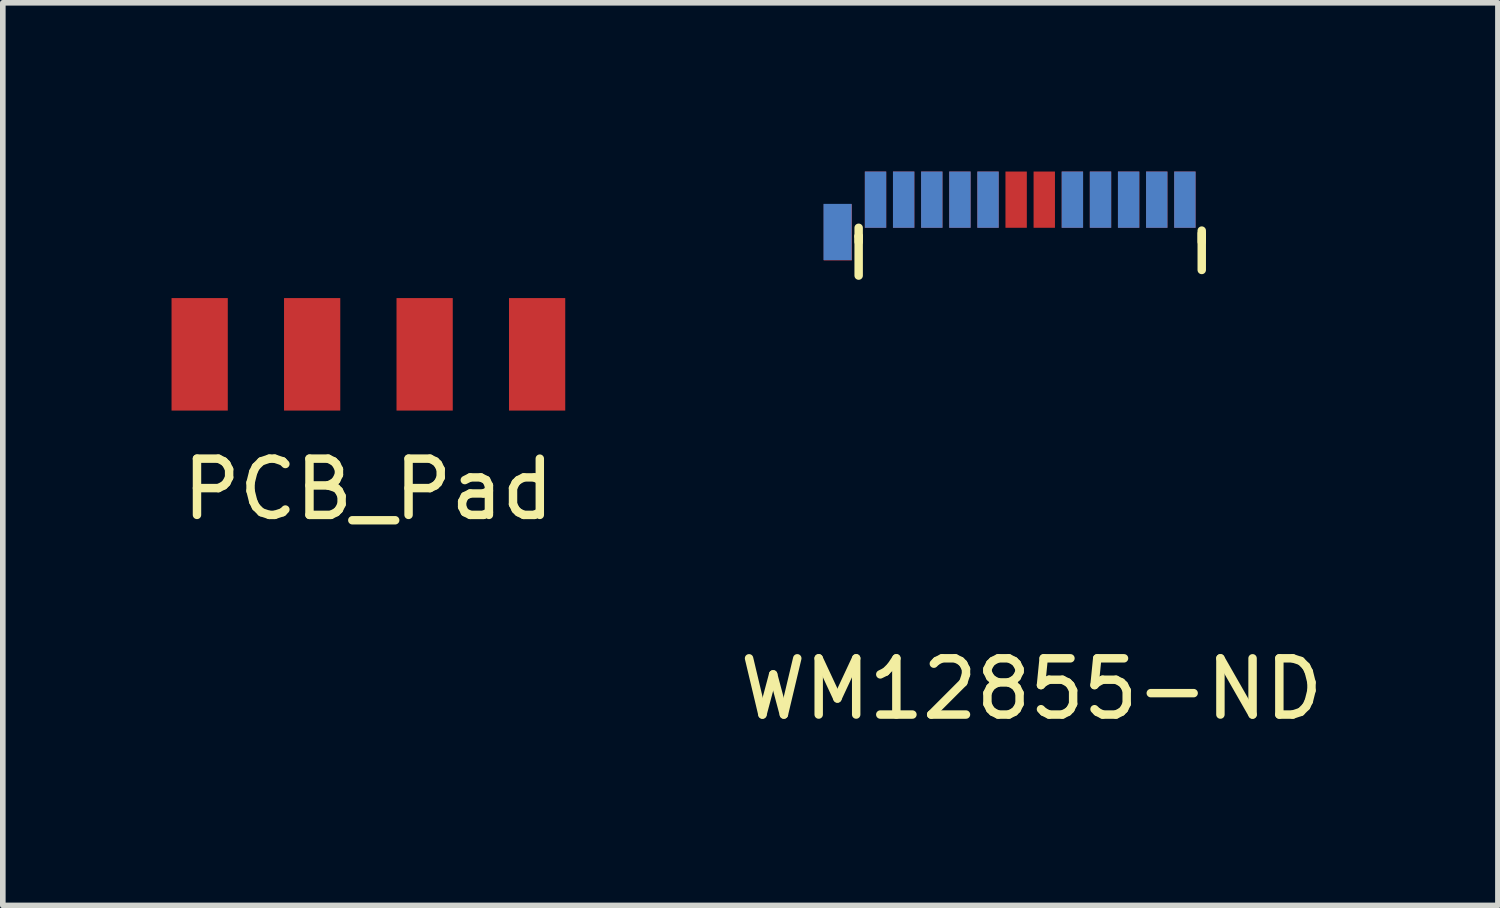
<source format=kicad_pcb>
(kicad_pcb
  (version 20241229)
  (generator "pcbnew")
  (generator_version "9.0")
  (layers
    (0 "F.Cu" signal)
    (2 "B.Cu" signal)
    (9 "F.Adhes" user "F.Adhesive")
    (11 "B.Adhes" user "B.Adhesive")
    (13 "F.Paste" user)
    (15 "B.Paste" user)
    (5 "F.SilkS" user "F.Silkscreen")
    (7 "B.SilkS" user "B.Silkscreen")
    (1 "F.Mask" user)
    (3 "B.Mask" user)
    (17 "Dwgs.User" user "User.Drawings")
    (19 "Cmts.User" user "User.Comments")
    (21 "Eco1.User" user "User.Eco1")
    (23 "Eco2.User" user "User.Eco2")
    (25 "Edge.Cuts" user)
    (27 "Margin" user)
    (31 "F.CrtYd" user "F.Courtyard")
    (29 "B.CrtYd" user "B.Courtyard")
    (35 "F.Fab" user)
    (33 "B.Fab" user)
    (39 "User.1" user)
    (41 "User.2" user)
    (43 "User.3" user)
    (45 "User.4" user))
  (footprint "PCB_Pad"
    (layer "F.Cu")
    (at 3.5 0.25)
    (property "Reference" "PCB_Pad" (at 0 5.4 0) (layer "F.SilkS") (effects (font (size 1 1) (thickness 0.15))))
    (attr through_hole)
    (pad "D+" smd rect (at 1 3) (size 1 2) (layers "F.Cu" "F.Mask" "F.Paste"))
    (pad "D-" smd rect (at -1 3) (size 1 2) (layers "F.Cu" "F.Mask" "F.Paste"))
    (pad "GND" smd rect (at -3 3) (size 1 2) (layers "F.Cu" "F.Mask" "F.Paste"))
    (pad "Vbus" smd rect (at 3 3) (size 1 2) (layers "F.Cu" "F.Mask" "F.Paste")))
  (footprint "WM12855-ND"
    (layer "F.Cu")
    (at 15.267 3)
    (property "Reference" "WM12855-ND" (at 0.025 6.2 0) (layer "F.SilkS") (effects (font (size 1 1) (thickness 0.15))))
    (attr through_hole)
    (fp_line (start -3.05 -2) (end -3.05 -1.85) (stroke (width 0.15) (type solid)) (layer "F.SilkS"))
    (fp_line (start -3.05 -1.85) (end -3.05 -1.75) (stroke (width 0.15) (type solid)) (layer "F.SilkS"))
    (fp_line (start -3.05 -1.85) (end -3.05 -1.15) (stroke (width 0.15) (type solid)) (layer "F.SilkS"))
    (fp_line (start 3.05 -1.95) (end 3.05 -1.75) (stroke (width 0.15) (type solid)) (layer "F.SilkS"))
    (fp_line (start 3.05 -1.9) (end 3.05 -1.25) (stroke (width 0.15) (type solid)) (layer "F.SilkS"))
    (pad "A1" smd rect (at 2.75 -2.5) (size 0.38 1) (layers "F.Cu" "F.Mask" "F.Paste"))
    (pad "A2" smd rect (at 2.25 -2.5) (size 0.38 1) (layers "F.Cu" "F.Mask" "F.Paste"))
    (pad "A3" smd rect (at 1.75 -2.5) (size 0.38 1) (layers "F.Cu" "F.Mask" "F.Paste"))
    (pad "A4" smd rect (at 1.25 -2.5) (size 0.38 1) (layers "F.Cu" "F.Mask" "F.Paste"))
    (pad "A5" smd rect (at 0.75 -2.5) (size 0.38 1) (layers "F.Cu" "F.Mask" "F.Paste"))
    (pad "A6" smd rect (at 0.25 -2.5) (size 0.38 1) (layers "F.Cu" "F.Mask" "F.Paste"))
    (pad "A7" smd rect (at -0.25 -2.5) (size 0.38 1) (layers "F.Cu" "F.Mask" "F.Paste"))
    (pad "A8" smd rect (at -0.75 -2.5) (size 0.38 1) (layers "F.Cu" "F.Mask" "F.Paste"))
    (pad "A9" smd rect (at -1.25 -2.5) (size 0.38 1) (layers "F.Cu" "F.Mask" "F.Paste"))
    (pad "A10" smd rect (at -1.75 -2.5) (size 0.38 1) (layers "F.Cu" "F.Mask" "F.Paste"))
    (pad "A11" smd rect (at -2.25 -2.5) (size 0.38 1) (layers "F.Cu" "F.Mask" "F.Paste"))
    (pad "A12" smd rect (at -2.75 -2.5) (size 0.38 1) (layers "F.Cu" "F.Mask" "F.Paste"))
    (pad "B1" smd rect (at -2.75 -2.5) (size 0.38 1) (layers "B.Cu" "B.Mask" "B.Paste"))
    (pad "B2" smd rect (at -2.25 -2.5) (size 0.38 1) (layers "B.Cu" "B.Mask" "B.Paste"))
    (pad "B3" smd rect (at -1.75 -2.5) (size 0.38 1) (layers "B.Cu" "B.Mask" "B.Paste"))
    (pad "B4" smd rect (at -1.25 -2.5) (size 0.38 1) (layers "B.Cu" "B.Mask" "B.Paste"))
    (pad "B5" smd rect (at -0.75 -2.5) (size 0.38 1) (layers "B.Cu" "B.Mask" "B.Paste"))
    (pad "B8" smd rect (at 0.75 -2.5) (size 0.38 1) (layers "B.Cu" "B.Mask" "B.Paste"))
    (pad "B9" smd rect (at 1.25 -2.5) (size 0.38 1) (layers "B.Cu" "B.Mask" "B.Paste"))
    (pad "B10" smd rect (at 1.75 -2.5) (size 0.38 1) (layers "B.Cu" "B.Mask" "B.Paste"))
    (pad "B11" smd rect (at 2.25 -2.5) (size 0.38 1) (layers "B.Cu" "B.Mask" "B.Paste"))
    (pad "B12" smd rect (at 2.75 -2.5) (size 0.38 1) (layers "B.Cu" "B.Mask" "B.Paste"))
    (pad "X" smd rect (at -3.425 -1.925) (size 0.5 1) (layers "B.Cu" "B.Mask" "B.Paste"))
    (pad "X" smd rect (at -3.42 -1.92) (size 0.5 1) (layers "F.Cu" "F.Mask" "F.Paste")))
  (gr_rect
    (start -3 -3)
    (end 23.583 13.048)
    (stroke (width 0.1) (type default))
    (fill no)
    (layer "Edge.Cuts")))
</source>
